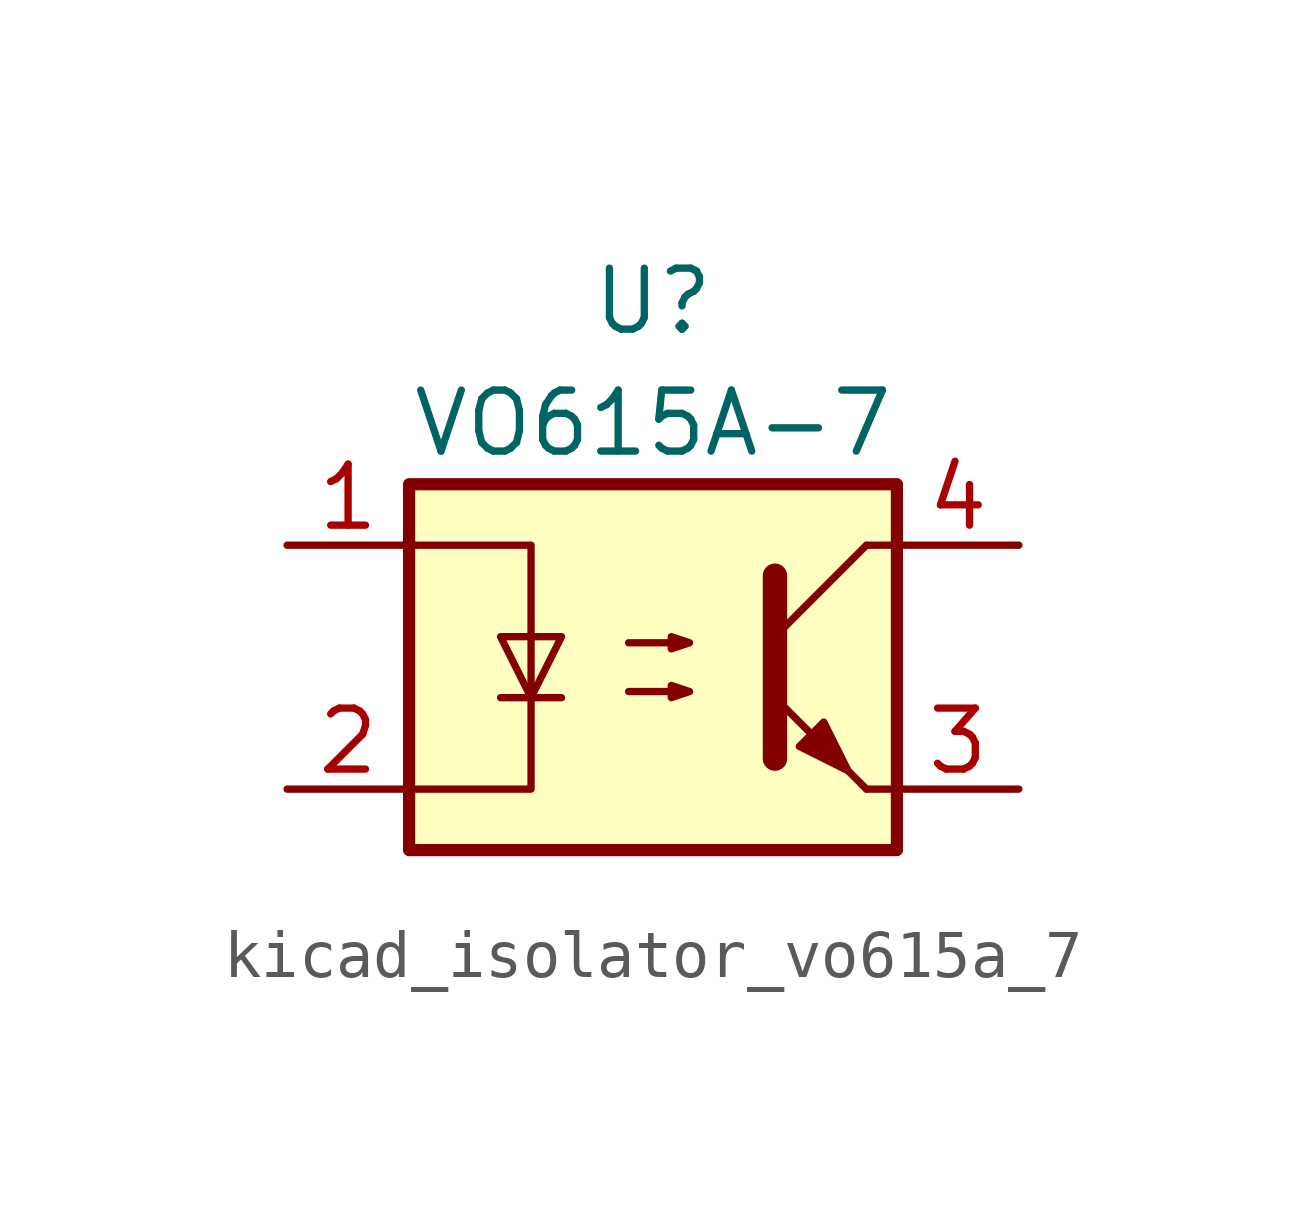
<source format=kicad_sym>
(kicad_symbol_lib
  (version 20220914)
  (generator kicad_symbol_editor)
  (symbol "kicad_isolator_vo615a_7"
    (pin_names
      (offset 0.762))
    (property "Reference" "U"
      (at 0 7.62 0)
      (effects (font (size 1.27 1.27))))
    (property "Value" "VO615A-7"
      (at 0 5.08 0)
      (effects (font (size 1.27 1.27))))
    (symbol "kicad_isolator_vo615a_7_0_1"
      (rectangle (start -5.08 3.81) (end 5.08 -3.81) (stroke (width 0.254) (type default)) (fill (type background)))
      (polyline (pts (xy -3.175 -0.635) (xy -1.905 -0.635)) (stroke (width 0) (type default)) (fill (type none)))
      (polyline (pts (xy 2.54 0.635) (xy 4.445 2.54)) (stroke (width 0) (type default)) (fill (type none)))
      (polyline (pts (xy 4.445 -2.54) (xy 2.54 -0.635)) (stroke (width 0) (type default)) (fill (type outline)))
      (polyline (pts (xy 4.445 -2.54) (xy 5.08 -2.54)) (stroke (width 0) (type default)) (fill (type none)))
      (polyline (pts (xy 4.445 2.54) (xy 5.08 2.54)) (stroke (width 0) (type default)) (fill (type none)))
      (polyline (pts (xy 2.54 1.905) (xy 2.54 -1.905) (xy 2.54 -1.905)) (stroke (width 0.508) (type default)) (fill (type none)))
      (polyline (pts (xy -5.08 2.54) (xy -2.54 2.54) (xy -2.54 -2.54) (xy -5.08 -2.54)) (stroke (width 0) (type default)) (fill (type none)))
      (polyline (pts (xy -2.54 -0.635) (xy -3.175 0.635) (xy -1.905 0.635) (xy -2.54 -0.635)) (stroke (width 0) (type default)) (fill (type none)))
      (polyline (pts (xy -0.508 -0.508) (xy 0.762 -0.508) (xy 0.381 -0.635) (xy 0.381 -0.381) (xy 0.762 -0.508)) (stroke (width 0) (type default)) (fill (type none)))
      (polyline (pts (xy -0.508 0.508) (xy 0.762 0.508) (xy 0.381 0.381) (xy 0.381 0.635) (xy 0.762 0.508)) (stroke (width 0) (type default)) (fill (type none)))
      (polyline (pts (xy 3.048 -1.651) (xy 3.556 -1.143) (xy 4.064 -2.159) (xy 3.048 -1.651) (xy 3.048 -1.651)) (stroke (width 0) (type default)) (fill (type outline))))
    (symbol "kicad_isolator_vo615a_7_1_1"
      (pin passive line (at -7.62 2.54 0) (length 2.54) (name "~" (effects (font (size 1.27 1.27)))) (number "1" (effects (font (size 1.27 1.27)))))
      (pin passive line (at -7.62 -2.54 0) (length 2.54) (name "~" (effects (font (size 1.27 1.27)))) (number "2" (effects (font (size 1.27 1.27)))))
      (pin passive line (at 7.62 -2.54 180) (length 2.54) (name "~" (effects (font (size 1.27 1.27)))) (number "3" (effects (font (size 1.27 1.27)))))
      (pin passive line (at 7.62 2.54 180) (length 2.54) (name "~" (effects (font (size 1.27 1.27)))) (number "4" (effects (font (size 1.27 1.27))))))))
</source>
